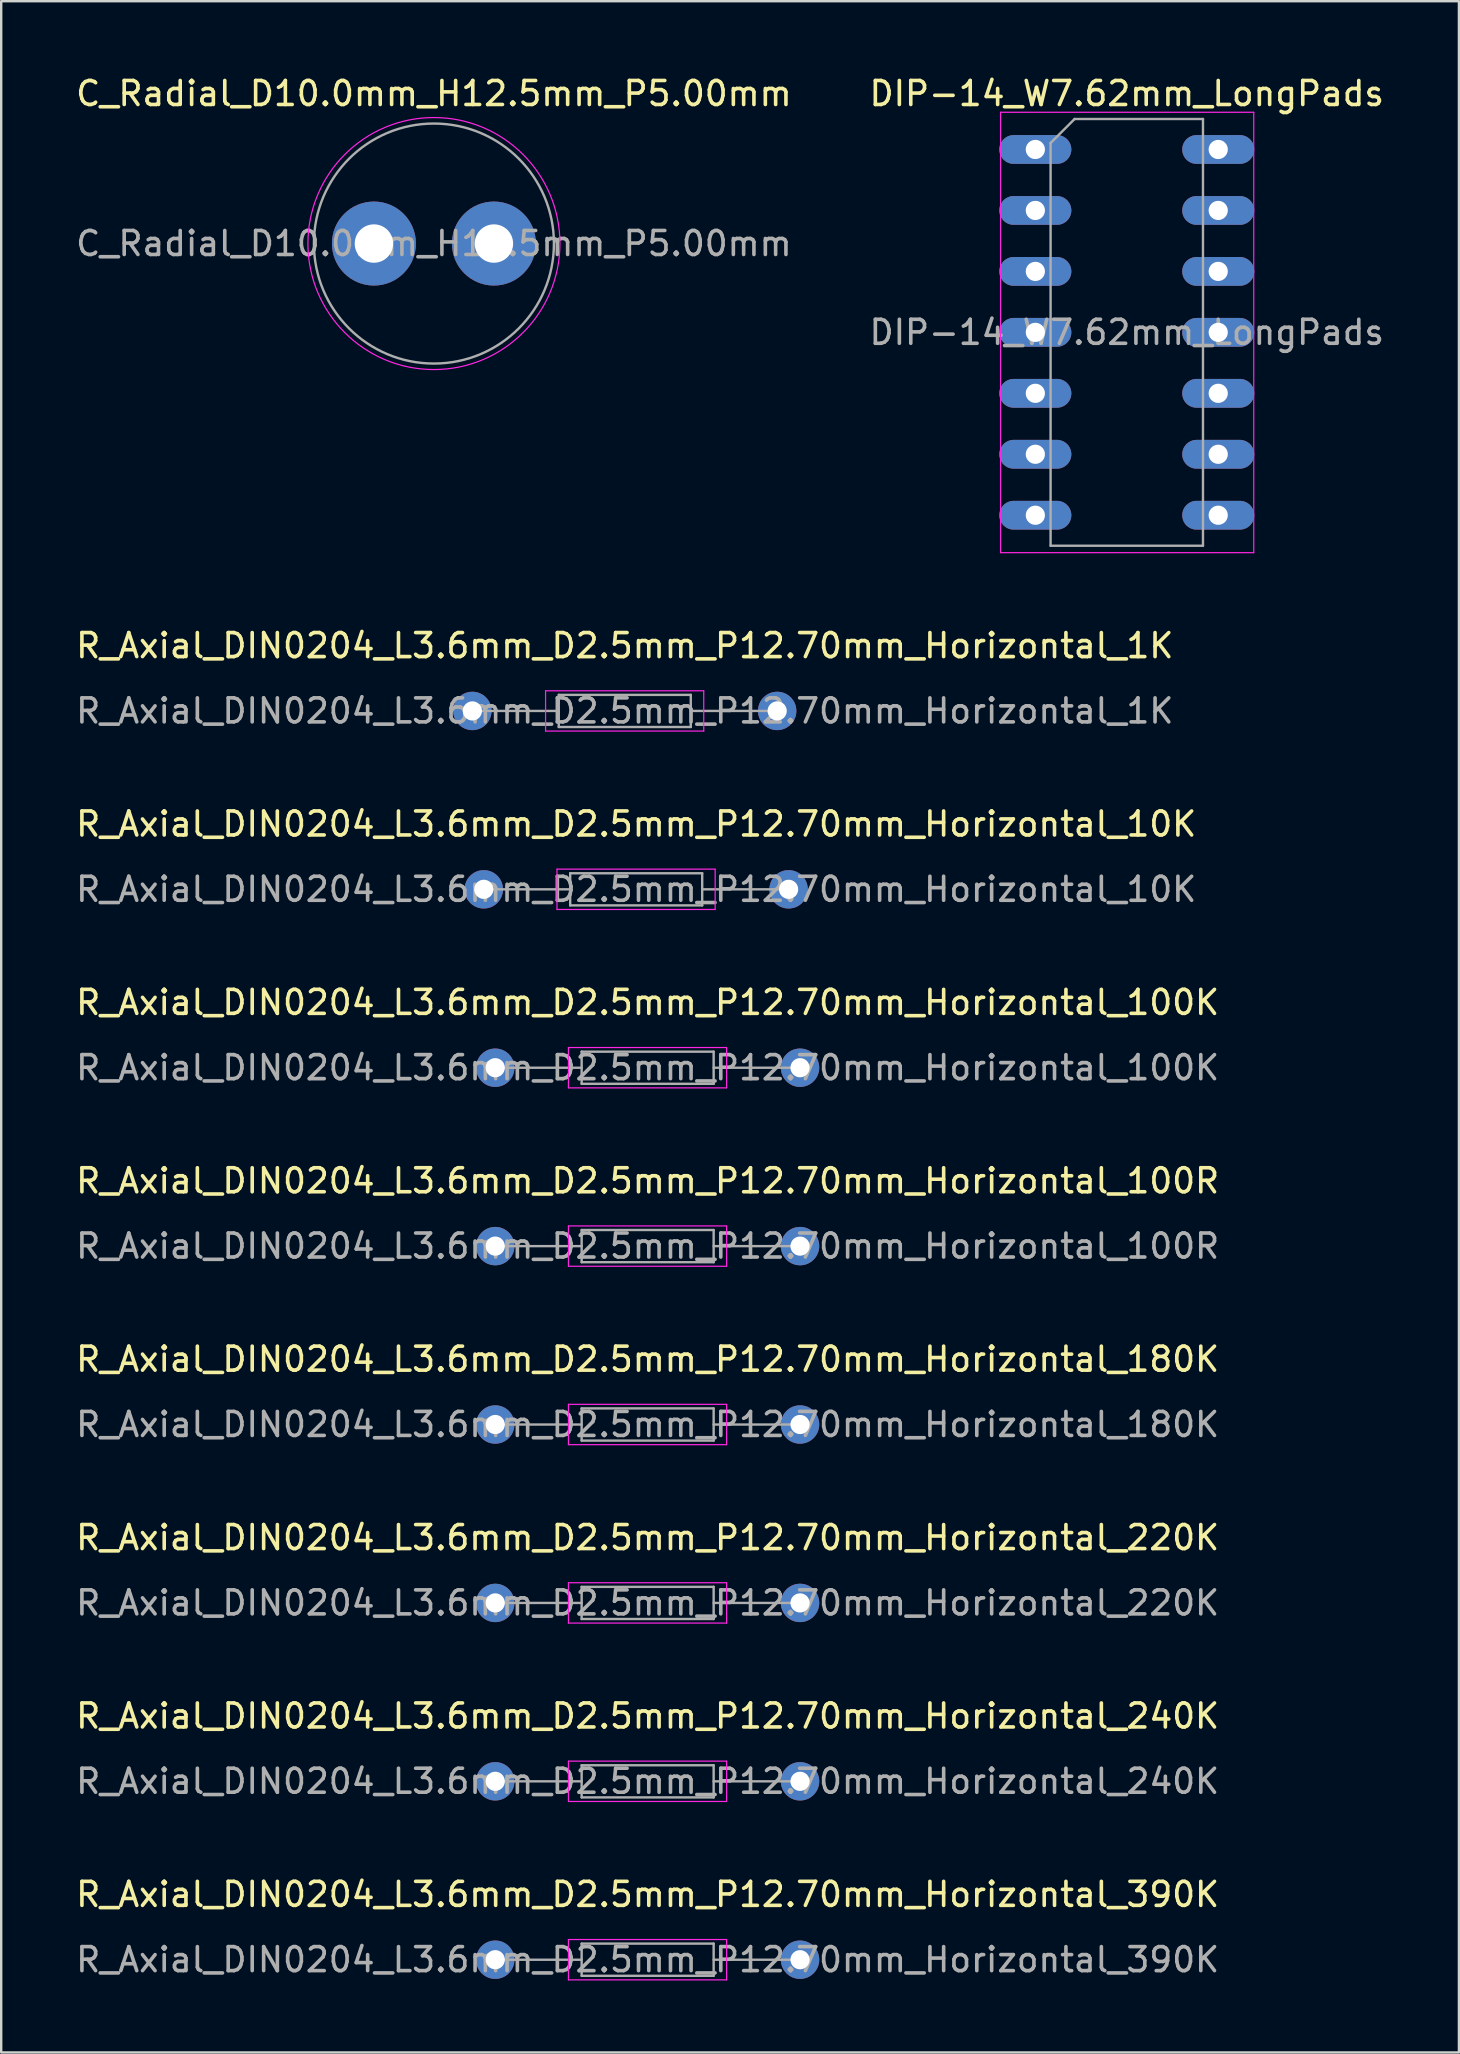
<source format=kicad_pcb>
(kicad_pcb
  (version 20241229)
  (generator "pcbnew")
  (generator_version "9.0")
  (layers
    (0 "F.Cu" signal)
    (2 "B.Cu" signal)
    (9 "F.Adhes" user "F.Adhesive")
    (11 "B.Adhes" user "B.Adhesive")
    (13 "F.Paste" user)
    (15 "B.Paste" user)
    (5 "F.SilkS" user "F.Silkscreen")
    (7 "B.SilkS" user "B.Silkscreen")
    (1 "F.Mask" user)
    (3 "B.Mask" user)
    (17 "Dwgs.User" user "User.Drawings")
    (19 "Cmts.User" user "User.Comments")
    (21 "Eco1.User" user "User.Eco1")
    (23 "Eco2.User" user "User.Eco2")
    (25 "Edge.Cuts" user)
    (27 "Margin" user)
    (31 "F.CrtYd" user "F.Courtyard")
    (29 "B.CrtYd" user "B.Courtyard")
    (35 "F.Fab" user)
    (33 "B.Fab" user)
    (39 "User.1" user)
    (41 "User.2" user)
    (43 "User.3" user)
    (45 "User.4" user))
  (footprint "R_Axial_DIN0204_L3.6mm_D2.5mm_P12.70mm_Horizontal_1K"
    (layer "F.Cu")
    (at 16.632 26.572)
    (property "Reference" "R_Axial_DIN0204_L3.6mm_D2.5mm_P12.70mm_Horizontal_1K" (at 6.35 -2.72 0) (layer "F.SilkS") (effects (font (size 1 1) (thickness 0.15))))
    (attr through_hole)
    (fp_line (start 3.05 -0.84) (end 3.05 0.84) (stroke (width 0.05) (type solid)) (layer "F.CrtYd"))
    (fp_line (start 3.05 0.84) (end 9.64 0.84) (stroke (width 0.05) (type solid)) (layer "F.CrtYd"))
    (fp_line (start 9.64 -0.84) (end 3.05 -0.84) (stroke (width 0.05) (type solid)) (layer "F.CrtYd"))
    (fp_line (start 9.64 0.84) (end 9.64 -0.84) (stroke (width 0.05) (type solid)) (layer "F.CrtYd"))
    (fp_line (start 0 0) (end 3.6 0) (stroke (width 0.1) (type solid)) (layer "F.Fab"))
    (fp_line (start 3.6 -0.67) (end 3.6 0.67) (stroke (width 0.1) (type solid)) (layer "F.Fab"))
    (fp_line (start 3.6 0.67) (end 9.1 0.67) (stroke (width 0.1) (type solid)) (layer "F.Fab"))
    (fp_line (start 9.1 -0.67) (end 3.6 -0.67) (stroke (width 0.1) (type solid)) (layer "F.Fab"))
    (fp_line (start 9.1 0.67) (end 9.1 -0.67) (stroke (width 0.1) (type solid)) (layer "F.Fab"))
    (fp_line (start 12.7 0) (end 9.1 0) (stroke (width 0.1) (type solid)) (layer "F.Fab"))
    (fp_text user "${REFERENCE}" (at 6.35 0 0) (layer "F.Fab") (effects (font (size 1 1) (thickness 0.15))))
    (pad "1" thru_hole oval (at 0 0) (size 1.6 1.6) (drill 0.8) (layers "*.Cu" "*.Mask"))
    (pad "2" thru_hole oval (at 12.7 0) (size 1.6 1.6) (drill 0.8) (layers "*.Cu" "*.Mask")))
  (footprint "R_Axial_DIN0204_L3.6mm_D2.5mm_P12.70mm_Horizontal_180K"
    (layer "F.Cu")
    (at 17.585 56.304)
    (property "Reference" "R_Axial_DIN0204_L3.6mm_D2.5mm_P12.70mm_Horizontal_180K" (at 6.35 -2.72 0) (layer "F.SilkS") (effects (font (size 1 1) (thickness 0.15))))
    (attr through_hole)
    (fp_line (start 3.05 -0.84) (end 3.05 0.84) (stroke (width 0.05) (type solid)) (layer "F.CrtYd"))
    (fp_line (start 3.05 0.84) (end 9.64 0.84) (stroke (width 0.05) (type solid)) (layer "F.CrtYd"))
    (fp_line (start 9.64 -0.84) (end 3.05 -0.84) (stroke (width 0.05) (type solid)) (layer "F.CrtYd"))
    (fp_line (start 9.64 0.84) (end 9.64 -0.84) (stroke (width 0.05) (type solid)) (layer "F.CrtYd"))
    (fp_line (start 0 0) (end 3.6 0) (stroke (width 0.1) (type solid)) (layer "F.Fab"))
    (fp_line (start 3.6 -0.67) (end 3.6 0.67) (stroke (width 0.1) (type solid)) (layer "F.Fab"))
    (fp_line (start 3.6 0.67) (end 9.1 0.67) (stroke (width 0.1) (type solid)) (layer "F.Fab"))
    (fp_line (start 9.1 -0.67) (end 3.6 -0.67) (stroke (width 0.1) (type solid)) (layer "F.Fab"))
    (fp_line (start 9.1 0.67) (end 9.1 -0.67) (stroke (width 0.1) (type solid)) (layer "F.Fab"))
    (fp_line (start 12.7 0) (end 9.1 0) (stroke (width 0.1) (type solid)) (layer "F.Fab"))
    (fp_text user "${REFERENCE}" (at 6.35 0 0) (layer "F.Fab") (effects (font (size 1 1) (thickness 0.15))))
    (pad "1" thru_hole oval (at 0 0) (size 1.6 1.6) (drill 0.8) (layers "*.Cu" "*.Mask"))
    (pad "2" thru_hole oval (at 12.7 0) (size 1.6 1.6) (drill 0.8) (layers "*.Cu" "*.Mask")))
  (footprint "R_Axial_DIN0204_L3.6mm_D2.5mm_P12.70mm_Horizontal_240K"
    (layer "F.Cu")
    (at 17.585 71.171)
    (property "Reference" "R_Axial_DIN0204_L3.6mm_D2.5mm_P12.70mm_Horizontal_240K" (at 6.35 -2.72 0) (layer "F.SilkS") (effects (font (size 1 1) (thickness 0.15))))
    (attr through_hole)
    (fp_line (start 3.05 -0.84) (end 3.05 0.84) (stroke (width 0.05) (type solid)) (layer "F.CrtYd"))
    (fp_line (start 3.05 0.84) (end 9.64 0.84) (stroke (width 0.05) (type solid)) (layer "F.CrtYd"))
    (fp_line (start 9.64 -0.84) (end 3.05 -0.84) (stroke (width 0.05) (type solid)) (layer "F.CrtYd"))
    (fp_line (start 9.64 0.84) (end 9.64 -0.84) (stroke (width 0.05) (type solid)) (layer "F.CrtYd"))
    (fp_line (start 0 0) (end 3.6 0) (stroke (width 0.1) (type solid)) (layer "F.Fab"))
    (fp_line (start 3.6 -0.67) (end 3.6 0.67) (stroke (width 0.1) (type solid)) (layer "F.Fab"))
    (fp_line (start 3.6 0.67) (end 9.1 0.67) (stroke (width 0.1) (type solid)) (layer "F.Fab"))
    (fp_line (start 9.1 -0.67) (end 3.6 -0.67) (stroke (width 0.1) (type solid)) (layer "F.Fab"))
    (fp_line (start 9.1 0.67) (end 9.1 -0.67) (stroke (width 0.1) (type solid)) (layer "F.Fab"))
    (fp_line (start 12.7 0) (end 9.1 0) (stroke (width 0.1) (type solid)) (layer "F.Fab"))
    (fp_text user "${REFERENCE}" (at 6.35 0 0) (layer "F.Fab") (effects (font (size 1 1) (thickness 0.15))))
    (pad "1" thru_hole oval (at 0 0) (size 1.6 1.6) (drill 0.8) (layers "*.Cu" "*.Mask"))
    (pad "2" thru_hole oval (at 12.7 0) (size 1.6 1.6) (drill 0.8) (layers "*.Cu" "*.Mask")))
  (footprint "R_Axial_DIN0204_L3.6mm_D2.5mm_P12.70mm_Horizontal_220K"
    (layer "F.Cu")
    (at 17.585 63.738)
    (property "Reference" "R_Axial_DIN0204_L3.6mm_D2.5mm_P12.70mm_Horizontal_220K" (at 6.35 -2.72 0) (layer "F.SilkS") (effects (font (size 1 1) (thickness 0.15))))
    (attr through_hole)
    (fp_line (start 3.05 -0.84) (end 3.05 0.84) (stroke (width 0.05) (type solid)) (layer "F.CrtYd"))
    (fp_line (start 3.05 0.84) (end 9.64 0.84) (stroke (width 0.05) (type solid)) (layer "F.CrtYd"))
    (fp_line (start 9.64 -0.84) (end 3.05 -0.84) (stroke (width 0.05) (type solid)) (layer "F.CrtYd"))
    (fp_line (start 9.64 0.84) (end 9.64 -0.84) (stroke (width 0.05) (type solid)) (layer "F.CrtYd"))
    (fp_line (start 0 0) (end 3.6 0) (stroke (width 0.1) (type solid)) (layer "F.Fab"))
    (fp_line (start 3.6 -0.67) (end 3.6 0.67) (stroke (width 0.1) (type solid)) (layer "F.Fab"))
    (fp_line (start 3.6 0.67) (end 9.1 0.67) (stroke (width 0.1) (type solid)) (layer "F.Fab"))
    (fp_line (start 9.1 -0.67) (end 3.6 -0.67) (stroke (width 0.1) (type solid)) (layer "F.Fab"))
    (fp_line (start 9.1 0.67) (end 9.1 -0.67) (stroke (width 0.1) (type solid)) (layer "F.Fab"))
    (fp_line (start 12.7 0) (end 9.1 0) (stroke (width 0.1) (type solid)) (layer "F.Fab"))
    (fp_text user "${REFERENCE}" (at 6.35 0 0) (layer "F.Fab") (effects (font (size 1 1) (thickness 0.15))))
    (pad "1" thru_hole oval (at 0 0) (size 1.6 1.6) (drill 0.8) (layers "*.Cu" "*.Mask"))
    (pad "2" thru_hole oval (at 12.7 0) (size 1.6 1.6) (drill 0.8) (layers "*.Cu" "*.Mask")))
  (footprint "DIP-14_W7.62mm_LongPads"
    (layer "F.Cu")
    (at 40.089 3.178)
    (property "Reference" "DIP-14_W7.62mm_LongPads" (at 3.81 -2.33 0) (layer "F.SilkS") (effects (font (size 1 1) (thickness 0.15))))
    (attr through_hole)
    (fp_line (start -1.45 -1.55) (end -1.45 16.8) (stroke (width 0.05) (type solid)) (layer "F.CrtYd"))
    (fp_line (start -1.45 16.8) (end 9.1 16.8) (stroke (width 0.05) (type solid)) (layer "F.CrtYd"))
    (fp_line (start 9.1 -1.55) (end -1.45 -1.55) (stroke (width 0.05) (type solid)) (layer "F.CrtYd"))
    (fp_line (start 9.1 16.8) (end 9.1 -1.55) (stroke (width 0.05) (type solid)) (layer "F.CrtYd"))
    (fp_line (start 0.635 -0.27) (end 1.635 -1.27) (stroke (width 0.1) (type solid)) (layer "F.Fab"))
    (fp_line (start 0.635 16.51) (end 0.635 -0.27) (stroke (width 0.1) (type solid)) (layer "F.Fab"))
    (fp_line (start 1.635 -1.27) (end 6.985 -1.27) (stroke (width 0.1) (type solid)) (layer "F.Fab"))
    (fp_line (start 6.985 -1.27) (end 6.985 16.51) (stroke (width 0.1) (type solid)) (layer "F.Fab"))
    (fp_line (start 6.985 16.51) (end 0.635 16.51) (stroke (width 0.1) (type solid)) (layer "F.Fab"))
    (fp_text user "${REFERENCE}" (at 3.81 7.62 0) (layer "F.Fab") (effects (font (size 1 1) (thickness 0.15))))
    (pad "1" thru_hole oval (at 0 0) (size 3 1.2) (drill 0.8) (layers "*.Cu" "*.Mask"))
    (pad "2" thru_hole oval (at 0 2.54) (size 3 1.2) (drill 0.8) (layers "*.Cu" "*.Mask"))
    (pad "3" thru_hole oval (at 0 5.08) (size 3 1.2) (drill 0.8) (layers "*.Cu" "*.Mask"))
    (pad "4" thru_hole oval (at 0 7.62) (size 3 1.2) (drill 0.8) (layers "*.Cu" "*.Mask"))
    (pad "5" thru_hole oval (at 0 10.16) (size 3 1.2) (drill 0.8) (layers "*.Cu" "*.Mask"))
    (pad "6" thru_hole oval (at 0 12.7) (size 3 1.2) (drill 0.8) (layers "*.Cu" "*.Mask"))
    (pad "7" thru_hole oval (at 0 15.24) (size 3 1.2) (drill 0.8) (layers "*.Cu" "*.Mask"))
    (pad "8" thru_hole oval (at 7.62 15.24) (size 3 1.2) (drill 0.8) (layers "*.Cu" "*.Mask"))
    (pad "9" thru_hole oval (at 7.62 12.7) (size 3 1.2) (drill 0.8) (layers "*.Cu" "*.Mask"))
    (pad "10" thru_hole oval (at 7.62 10.16) (size 3 1.2) (drill 0.8) (layers "*.Cu" "*.Mask"))
    (pad "11" thru_hole oval (at 7.62 7.62) (size 3 1.2) (drill 0.8) (layers "*.Cu" "*.Mask"))
    (pad "12" thru_hole oval (at 7.62 5.08) (size 3 1.2) (drill 0.8) (layers "*.Cu" "*.Mask"))
    (pad "13" thru_hole oval (at 7.62 2.54) (size 3 1.2) (drill 0.8) (layers "*.Cu" "*.Mask"))
    (pad "14" thru_hole oval (at 7.62 0) (size 3 1.2) (drill 0.8) (layers "*.Cu" "*.Mask")))
  (footprint "C_Radial_D10.0mm_H12.5mm_P5.00mm"
    (layer "F.Cu")
    (at 12.53 7.098)
    (property "Reference" "C_Radial_D10.0mm_H12.5mm_P5.00mm" (at 2.5 -6.25 0) (layer "F.SilkS") (effects (font (size 1 1) (thickness 0.15))))
    (attr through_hole)
    (fp_circle (center 2.5 0) (end 7.75 0) (stroke (width 0.05) (type solid)) (fill no) (layer "F.CrtYd"))
    (fp_circle (center 2.5 0) (end 7.5 0) (stroke (width 0.1) (type solid)) (fill no) (layer "F.Fab"))
    (fp_text user "${REFERENCE}" (at 2.5 0 0) (layer "F.Fab") (effects (font (size 1 1) (thickness 0.15))))
    (pad "1" thru_hole circle (at 0 0) (size 3.5 3.5) (drill 1.6) (layers "*.Cu" "*.Mask"))
    (pad "2" thru_hole circle (at 5 0) (size 3.5 3.5) (drill 1.6) (layers "*.Cu" "*.Mask")))
  (footprint "R_Axial_DIN0204_L3.6mm_D2.5mm_P12.70mm_Horizontal_390K"
    (layer "F.Cu")
    (at 17.585 78.604)
    (property "Reference" "R_Axial_DIN0204_L3.6mm_D2.5mm_P12.70mm_Horizontal_390K" (at 6.35 -2.72 0) (layer "F.SilkS") (effects (font (size 1 1) (thickness 0.15))))
    (attr through_hole)
    (fp_line (start 3.05 -0.84) (end 3.05 0.84) (stroke (width 0.05) (type solid)) (layer "F.CrtYd"))
    (fp_line (start 3.05 0.84) (end 9.64 0.84) (stroke (width 0.05) (type solid)) (layer "F.CrtYd"))
    (fp_line (start 9.64 -0.84) (end 3.05 -0.84) (stroke (width 0.05) (type solid)) (layer "F.CrtYd"))
    (fp_line (start 9.64 0.84) (end 9.64 -0.84) (stroke (width 0.05) (type solid)) (layer "F.CrtYd"))
    (fp_line (start 0 0) (end 3.6 0) (stroke (width 0.1) (type solid)) (layer "F.Fab"))
    (fp_line (start 3.6 -0.67) (end 3.6 0.67) (stroke (width 0.1) (type solid)) (layer "F.Fab"))
    (fp_line (start 3.6 0.67) (end 9.1 0.67) (stroke (width 0.1) (type solid)) (layer "F.Fab"))
    (fp_line (start 9.1 -0.67) (end 3.6 -0.67) (stroke (width 0.1) (type solid)) (layer "F.Fab"))
    (fp_line (start 9.1 0.67) (end 9.1 -0.67) (stroke (width 0.1) (type solid)) (layer "F.Fab"))
    (fp_line (start 12.7 0) (end 9.1 0) (stroke (width 0.1) (type solid)) (layer "F.Fab"))
    (fp_text user "${REFERENCE}" (at 6.35 0 0) (layer "F.Fab") (effects (font (size 1 1) (thickness 0.15))))
    (pad "1" thru_hole oval (at 0 0) (size 1.6 1.6) (drill 0.8) (layers "*.Cu" "*.Mask"))
    (pad "2" thru_hole oval (at 12.7 0) (size 1.6 1.6) (drill 0.8) (layers "*.Cu" "*.Mask")))
  (footprint "R_Axial_DIN0204_L3.6mm_D2.5mm_P12.70mm_Horizontal_10K"
    (layer "F.Cu")
    (at 17.108 34.005)
    (property "Reference" "R_Axial_DIN0204_L3.6mm_D2.5mm_P12.70mm_Horizontal_10K" (at 6.35 -2.72 0) (layer "F.SilkS") (effects (font (size 1 1) (thickness 0.15))))
    (attr through_hole)
    (fp_line (start 3.05 -0.84) (end 3.05 0.84) (stroke (width 0.05) (type solid)) (layer "F.CrtYd"))
    (fp_line (start 3.05 0.84) (end 9.64 0.84) (stroke (width 0.05) (type solid)) (layer "F.CrtYd"))
    (fp_line (start 9.64 -0.84) (end 3.05 -0.84) (stroke (width 0.05) (type solid)) (layer "F.CrtYd"))
    (fp_line (start 9.64 0.84) (end 9.64 -0.84) (stroke (width 0.05) (type solid)) (layer "F.CrtYd"))
    (fp_line (start 0 0) (end 3.6 0) (stroke (width 0.1) (type solid)) (layer "F.Fab"))
    (fp_line (start 3.6 -0.67) (end 3.6 0.67) (stroke (width 0.1) (type solid)) (layer "F.Fab"))
    (fp_line (start 3.6 0.67) (end 9.1 0.67) (stroke (width 0.1) (type solid)) (layer "F.Fab"))
    (fp_line (start 9.1 -0.67) (end 3.6 -0.67) (stroke (width 0.1) (type solid)) (layer "F.Fab"))
    (fp_line (start 9.1 0.67) (end 9.1 -0.67) (stroke (width 0.1) (type solid)) (layer "F.Fab"))
    (fp_line (start 12.7 0) (end 9.1 0) (stroke (width 0.1) (type solid)) (layer "F.Fab"))
    (fp_text user "${REFERENCE}" (at 6.35 0 0) (layer "F.Fab") (effects (font (size 1 1) (thickness 0.15))))
    (pad "1" thru_hole oval (at 0 0) (size 1.6 1.6) (drill 0.8) (layers "*.Cu" "*.Mask"))
    (pad "2" thru_hole oval (at 12.7 0) (size 1.6 1.6) (drill 0.8) (layers "*.Cu" "*.Mask")))
  (footprint "R_Axial_DIN0204_L3.6mm_D2.5mm_P12.70mm_Horizontal_100K"
    (layer "F.Cu")
    (at 17.585 41.438)
    (property "Reference" "R_Axial_DIN0204_L3.6mm_D2.5mm_P12.70mm_Horizontal_100K" (at 6.35 -2.72 0) (layer "F.SilkS") (effects (font (size 1 1) (thickness 0.15))))
    (attr through_hole)
    (fp_line (start 3.05 -0.84) (end 3.05 0.84) (stroke (width 0.05) (type solid)) (layer "F.CrtYd"))
    (fp_line (start 3.05 0.84) (end 9.64 0.84) (stroke (width 0.05) (type solid)) (layer "F.CrtYd"))
    (fp_line (start 9.64 -0.84) (end 3.05 -0.84) (stroke (width 0.05) (type solid)) (layer "F.CrtYd"))
    (fp_line (start 9.64 0.84) (end 9.64 -0.84) (stroke (width 0.05) (type solid)) (layer "F.CrtYd"))
    (fp_line (start 0 0) (end 3.6 0) (stroke (width 0.1) (type solid)) (layer "F.Fab"))
    (fp_line (start 3.6 -0.67) (end 3.6 0.67) (stroke (width 0.1) (type solid)) (layer "F.Fab"))
    (fp_line (start 3.6 0.67) (end 9.1 0.67) (stroke (width 0.1) (type solid)) (layer "F.Fab"))
    (fp_line (start 9.1 -0.67) (end 3.6 -0.67) (stroke (width 0.1) (type solid)) (layer "F.Fab"))
    (fp_line (start 9.1 0.67) (end 9.1 -0.67) (stroke (width 0.1) (type solid)) (layer "F.Fab"))
    (fp_line (start 12.7 0) (end 9.1 0) (stroke (width 0.1) (type solid)) (layer "F.Fab"))
    (fp_text user "${REFERENCE}" (at 6.35 0 0) (layer "F.Fab") (effects (font (size 1 1) (thickness 0.15))))
    (pad "1" thru_hole oval (at 0 0) (size 1.6 1.6) (drill 0.8) (layers "*.Cu" "*.Mask"))
    (pad "2" thru_hole oval (at 12.7 0) (size 1.6 1.6) (drill 0.8) (layers "*.Cu" "*.Mask")))
  (footprint "R_Axial_DIN0204_L3.6mm_D2.5mm_P12.70mm_Horizontal_100R"
    (layer "F.Cu")
    (at 17.585 48.871)
    (property "Reference" "R_Axial_DIN0204_L3.6mm_D2.5mm_P12.70mm_Horizontal_100R" (at 6.35 -2.72 0) (layer "F.SilkS") (effects (font (size 1 1) (thickness 0.15))))
    (attr through_hole)
    (fp_line (start 3.05 -0.84) (end 3.05 0.84) (stroke (width 0.05) (type solid)) (layer "F.CrtYd"))
    (fp_line (start 3.05 0.84) (end 9.64 0.84) (stroke (width 0.05) (type solid)) (layer "F.CrtYd"))
    (fp_line (start 9.64 -0.84) (end 3.05 -0.84) (stroke (width 0.05) (type solid)) (layer "F.CrtYd"))
    (fp_line (start 9.64 0.84) (end 9.64 -0.84) (stroke (width 0.05) (type solid)) (layer "F.CrtYd"))
    (fp_line (start 0 0) (end 3.6 0) (stroke (width 0.1) (type solid)) (layer "F.Fab"))
    (fp_line (start 3.6 -0.67) (end 3.6 0.67) (stroke (width 0.1) (type solid)) (layer "F.Fab"))
    (fp_line (start 3.6 0.67) (end 9.1 0.67) (stroke (width 0.1) (type solid)) (layer "F.Fab"))
    (fp_line (start 9.1 -0.67) (end 3.6 -0.67) (stroke (width 0.1) (type solid)) (layer "F.Fab"))
    (fp_line (start 9.1 0.67) (end 9.1 -0.67) (stroke (width 0.1) (type solid)) (layer "F.Fab"))
    (fp_line (start 12.7 0) (end 9.1 0) (stroke (width 0.1) (type solid)) (layer "F.Fab"))
    (fp_text user "${REFERENCE}" (at 6.35 0 0) (layer "F.Fab") (effects (font (size 1 1) (thickness 0.15))))
    (pad "1" thru_hole oval (at 0 0) (size 1.6 1.6) (drill 0.8) (layers "*.Cu" "*.Mask"))
    (pad "2" thru_hole oval (at 12.7 0) (size 1.6 1.6) (drill 0.8) (layers "*.Cu" "*.Mask")))
  (gr_rect
    (start -3 -3)
    (end 57.738 82.469)
    (stroke (width 0.1) (type default))
    (fill no)
    (layer "Edge.Cuts")))
</source>
